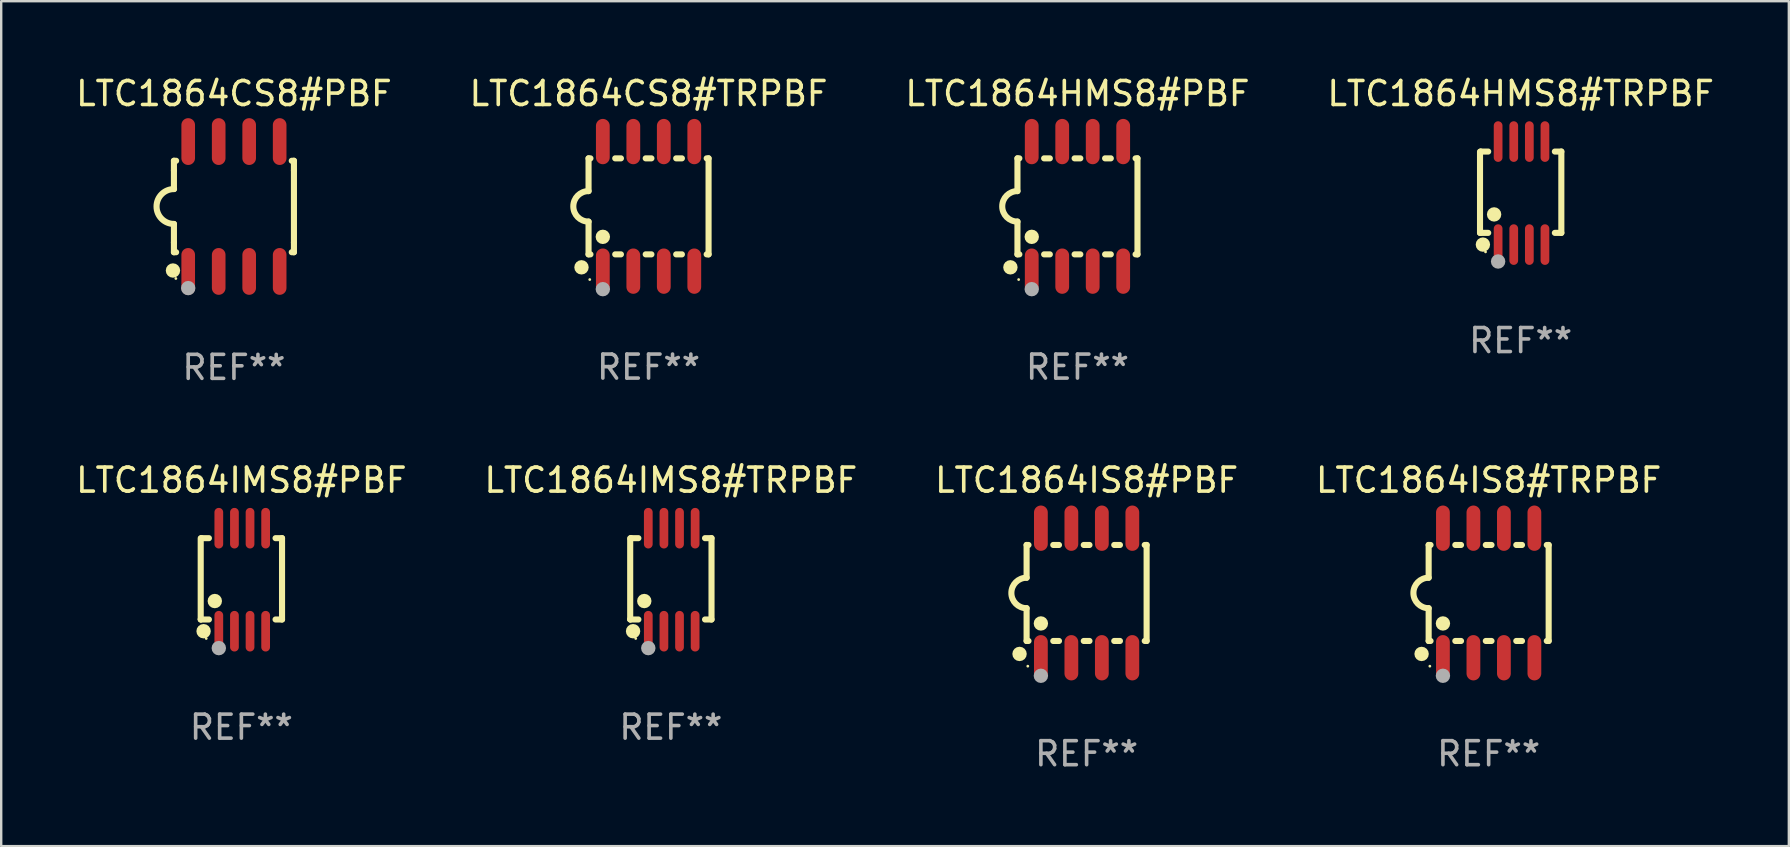
<source format=kicad_pcb>
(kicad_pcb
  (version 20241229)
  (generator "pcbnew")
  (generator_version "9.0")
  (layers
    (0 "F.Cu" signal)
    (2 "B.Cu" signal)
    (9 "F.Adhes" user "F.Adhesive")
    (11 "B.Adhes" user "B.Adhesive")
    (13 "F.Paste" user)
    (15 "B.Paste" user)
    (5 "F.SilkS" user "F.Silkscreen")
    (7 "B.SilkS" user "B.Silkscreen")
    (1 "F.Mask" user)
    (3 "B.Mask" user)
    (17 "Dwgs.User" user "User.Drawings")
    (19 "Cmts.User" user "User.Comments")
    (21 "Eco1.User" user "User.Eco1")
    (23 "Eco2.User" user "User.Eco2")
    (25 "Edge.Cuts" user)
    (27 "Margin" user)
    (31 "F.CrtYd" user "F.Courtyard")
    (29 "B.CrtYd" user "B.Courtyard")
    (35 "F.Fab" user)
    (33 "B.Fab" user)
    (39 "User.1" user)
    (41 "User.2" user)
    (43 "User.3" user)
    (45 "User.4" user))
  (footprint "LTC1864IS8#PBF"
    (layer "F.Cu")
    (at 42.22 21.654)
    (property "Reference" "LTC1864IS8#PBF" (at 0 -4.699 0) (layer "F.SilkS") (effects (font (size 1 1) (thickness 0.15))))
    (attr through_hole)
    (fp_line (start -2.5 -2) (end -2.5 -0.635) (stroke (width 0.254) (type solid)) (layer "F.SilkS"))
    (fp_line (start -2.5 -2) (end -2.421 -2) (stroke (width 0.254) (type solid)) (layer "F.SilkS"))
    (fp_line (start -2.5 2) (end -2.5 0.635) (stroke (width 0.254) (type solid)) (layer "F.SilkS"))
    (fp_line (start -2.5 2) (end -2.421 2) (stroke (width 0.254) (type solid)) (layer "F.SilkS"))
    (fp_line (start -1.389 -2) (end -1.151 -2) (stroke (width 0.254) (type solid)) (layer "F.SilkS"))
    (fp_line (start -1.389 2) (end -1.151 2) (stroke (width 0.254) (type solid)) (layer "F.SilkS"))
    (fp_line (start -0.119 -2) (end 0.119 -2) (stroke (width 0.254) (type solid)) (layer "F.SilkS"))
    (fp_line (start -0.119 2) (end 0.119 2) (stroke (width 0.254) (type solid)) (layer "F.SilkS"))
    (fp_line (start 1.151 -2) (end 1.389 -2) (stroke (width 0.254) (type solid)) (layer "F.SilkS"))
    (fp_line (start 1.151 2) (end 1.389 2) (stroke (width 0.254) (type solid)) (layer "F.SilkS"))
    (fp_line (start 2.421 -2) (end 2.5 -2) (stroke (width 0.254) (type solid)) (layer "F.SilkS"))
    (fp_line (start 2.421 2) (end 2.5 2) (stroke (width 0.254) (type solid)) (layer "F.SilkS"))
    (fp_line (start 2.5 -2) (end 2.5 2) (stroke (width 0.254) (type solid)) (layer "F.SilkS"))
    (fp_arc (start -2.5 0.635001) (mid -3.134366 -0.000318) (end -2.499365 -0.635001) (stroke (width 0.254001) (type solid)) (layer "F.SilkS"))
    (fp_circle (center -2.794 2.54) (end -2.644 2.54) (stroke (width 0.3) (type solid)) (fill no) (layer "F.SilkS"))
    (fp_circle (center -2.45 3.05) (end -2.42 3.05) (stroke (width 0.06) (type solid)) (fill no) (layer "F.SilkS"))
    (fp_circle (center -1.905 1.27) (end -1.755 1.27) (stroke (width 0.3) (type solid)) (fill no) (layer "F.SilkS"))
    (fp_circle (center -1.905 3.45) (end -1.755 3.45) (stroke (width 0.3) (type solid)) (fill no) (layer "F.Fab"))
    (fp_text user "REF**" (at 0 6.699 0) (layer "F.Fab") (effects (font (size 1 1) (thickness 0.15))))
    (pad "1" smd oval (at -1.905 2.699) (size 0.574 1.888) (layers "F.Cu" "F.Mask" "F.Paste"))
    (pad "2" smd oval (at -0.635 2.699) (size 0.574 1.888) (layers "F.Cu" "F.Mask" "F.Paste"))
    (pad "3" smd oval (at 0.635 2.699) (size 0.574 1.888) (layers "F.Cu" "F.Mask" "F.Paste"))
    (pad "4" smd oval (at 1.905 2.699) (size 0.574 1.888) (layers "F.Cu" "F.Mask" "F.Paste"))
    (pad "5" smd oval (at 1.905 -2.699) (size 0.574 1.888) (layers "F.Cu" "F.Mask" "F.Paste"))
    (pad "6" smd oval (at 0.635 -2.699) (size 0.574 1.888) (layers "F.Cu" "F.Mask" "F.Paste"))
    (pad "7" smd oval (at -0.635 -2.699) (size 0.574 1.888) (layers "F.Cu" "F.Mask" "F.Paste"))
    (pad "8" smd oval (at -1.905 -2.699) (size 0.574 1.888) (layers "F.Cu" "F.Mask" "F.Paste")))
  (footprint "LTC1864IMS8#TRPBF"
    (layer "F.Cu")
    (at 24.899 21.101)
    (property "Reference" "LTC1864IMS8#TRPBF" (at 0 -4.146 0) (layer "F.SilkS") (effects (font (size 1 1) (thickness 0.15))))
    (attr through_hole)
    (fp_line (start -1.694 -1.724) (end -1.694 1.652) (stroke (width 0.254) (type solid)) (layer "F.SilkS"))
    (fp_line (start -1.694 1.652) (end -1.688 1.658) (stroke (width 0.254) (type solid)) (layer "F.SilkS"))
    (fp_line (start -1.688 1.658) (end -1.353 1.658) (stroke (width 0.254) (type solid)) (layer "F.SilkS"))
    (fp_line (start -1.661 -1.73) (end -1.681 -1.71) (stroke (width 0.254) (type solid)) (layer "F.SilkS"))
    (fp_line (start -1.353 -1.73) (end -1.661 -1.73) (stroke (width 0.254) (type solid)) (layer "F.SilkS"))
    (fp_line (start 1.424 1.658) (end 1.694 1.658) (stroke (width 0.254) (type solid)) (layer "F.SilkS"))
    (fp_line (start 1.694 -1.73) (end 1.424 -1.73) (stroke (width 0.254) (type solid)) (layer "F.SilkS"))
    (fp_line (start 1.694 1.658) (end 1.694 -1.73) (stroke (width 0.254) (type solid)) (layer "F.SilkS"))
    (fp_circle (center -1.574 2.146) (end -1.424 2.146) (stroke (width 0.3) (type solid)) (fill no) (layer "F.SilkS"))
    (fp_circle (center -1.464 2.45) (end -1.434 2.45) (stroke (width 0.06) (type solid)) (fill no) (layer "F.SilkS"))
    (fp_circle (center -1.107 0.889) (end -0.957 0.889) (stroke (width 0.3) (type solid)) (fill no) (layer "F.SilkS"))
    (fp_circle (center -0.94 2.85) (end -0.789 2.85) (stroke (width 0.3) (type solid)) (fill no) (layer "F.Fab"))
    (fp_text user "REF**" (at 0 6.146 0) (layer "F.Fab") (effects (font (size 1 1) (thickness 0.15))))
    (pad "1" smd oval (at -0.94 2.146) (size 0.364 1.692) (layers "F.Cu" "F.Mask" "F.Paste"))
    (pad "2" smd oval (at -0.289 2.146) (size 0.364 1.692) (layers "F.Cu" "F.Mask" "F.Paste"))
    (pad "3" smd oval (at 0.361 2.146) (size 0.364 1.692) (layers "F.Cu" "F.Mask" "F.Paste"))
    (pad "4" smd oval (at 1.011 2.146) (size 0.364 1.692) (layers "F.Cu" "F.Mask" "F.Paste"))
    (pad "5" smd oval (at 1.011 -2.146) (size 0.364 1.692) (layers "F.Cu" "F.Mask" "F.Paste"))
    (pad "6" smd oval (at 0.361 -2.146) (size 0.364 1.692) (layers "F.Cu" "F.Mask" "F.Paste"))
    (pad "7" smd oval (at -0.289 -2.146) (size 0.364 1.692) (layers "F.Cu" "F.Mask" "F.Paste"))
    (pad "8" smd oval (at -0.94 -2.146) (size 0.364 1.692) (layers "F.Cu" "F.Mask" "F.Paste")))
  (footprint "LTC1864CS8#PBF"
    (layer "F.Cu")
    (at 6.696 5.553)
    (property "Reference" "LTC1864CS8#PBF" (at 0 -4.705 0) (layer "F.SilkS") (effects (font (size 1 1) (thickness 0.15))))
    (attr through_hole)
    (fp_line (start -2.5 -1.905) (end -2.409 -1.905) (stroke (width 0.254) (type solid)) (layer "F.SilkS"))
    (fp_line (start -2.5 -1.5) (end -2.5 -1.905) (stroke (width 0.254) (type solid)) (layer "F.SilkS"))
    (fp_line (start -2.5 -1.5) (end -2.5 -0.726) (stroke (width 0.254) (type solid)) (layer "F.SilkS"))
    (fp_line (start -2.5 1.5) (end -2.5 0.727) (stroke (width 0.254) (type solid)) (layer "F.SilkS"))
    (fp_line (start -2.5 1.5) (end -2.5 1.905) (stroke (width 0.254) (type solid)) (layer "F.SilkS"))
    (fp_line (start -2.5 1.905) (end -2.409 1.905) (stroke (width 0.254) (type solid)) (layer "F.SilkS"))
    (fp_line (start 2.5 -1.905) (end 2.409 -1.905) (stroke (width 0.254) (type solid)) (layer "F.SilkS"))
    (fp_line (start 2.5 -1.5) (end 2.5 -1.905) (stroke (width 0.254) (type solid)) (layer "F.SilkS"))
    (fp_line (start 2.5 -1.5) (end 2.5 1.5) (stroke (width 0.254) (type solid)) (layer "F.SilkS"))
    (fp_line (start 2.5 1.5) (end 2.5 1.905) (stroke (width 0.254) (type solid)) (layer "F.SilkS"))
    (fp_line (start 2.5 1.905) (end 2.409 1.905) (stroke (width 0.254) (type solid)) (layer "F.SilkS"))
    (fp_arc (start -2.5 0.726568) (mid -3.220316 -0.0023) (end -2.495097 -0.726289) (stroke (width 0.254001) (type solid)) (layer "F.SilkS"))
    (fp_circle (center -2.54 2.667) (end -2.39 2.667) (stroke (width 0.3) (type solid)) (fill no) (layer "F.SilkS"))
    (fp_circle (center -2.42 3) (end -2.39 3) (stroke (width 0.06) (type solid)) (fill no) (layer "F.SilkS"))
    (fp_circle (center -1.905 3.4) (end -1.755 3.4) (stroke (width 0.3) (type solid)) (fill no) (layer "F.Fab"))
    (fp_text user "REF**" (at 0 6.705 0) (layer "F.Fab") (effects (font (size 1 1) (thickness 0.15))))
    (pad "1" smd oval (at -1.905 2.705) (size 0.568 1.95) (layers "F.Cu" "F.Mask" "F.Paste"))
    (pad "2" smd oval (at -0.635 2.705) (size 0.568 1.95) (layers "F.Cu" "F.Mask" "F.Paste"))
    (pad "3" smd oval (at 0.635 2.705) (size 0.568 1.95) (layers "F.Cu" "F.Mask" "F.Paste"))
    (pad "4" smd oval (at 1.905 2.705) (size 0.568 1.95) (layers "F.Cu" "F.Mask" "F.Paste"))
    (pad "5" smd oval (at 1.905 -2.705) (size 0.568 1.95) (layers "F.Cu" "F.Mask" "F.Paste"))
    (pad "6" smd oval (at 0.635 -2.705) (size 0.568 1.95) (layers "F.Cu" "F.Mask" "F.Paste"))
    (pad "7" smd oval (at -0.635 -2.705) (size 0.568 1.95) (layers "F.Cu" "F.Mask" "F.Paste"))
    (pad "8" smd oval (at -1.905 -2.705) (size 0.568 1.95) (layers "F.Cu" "F.Mask" "F.Paste")))
  (footprint "LTC1864HMS8#PBF"
    (layer "F.Cu")
    (at 41.839 5.547)
    (property "Reference" "LTC1864HMS8#PBF" (at 0 -4.699 0) (layer "F.SilkS") (effects (font (size 1 1) (thickness 0.15))))
    (attr through_hole)
    (fp_line (start -2.5 -2) (end -2.5 -0.635) (stroke (width 0.254) (type solid)) (layer "F.SilkS"))
    (fp_line (start -2.5 -2) (end -2.421 -2) (stroke (width 0.254) (type solid)) (layer "F.SilkS"))
    (fp_line (start -2.5 2) (end -2.5 0.635) (stroke (width 0.254) (type solid)) (layer "F.SilkS"))
    (fp_line (start -2.5 2) (end -2.421 2) (stroke (width 0.254) (type solid)) (layer "F.SilkS"))
    (fp_line (start -1.389 -2) (end -1.151 -2) (stroke (width 0.254) (type solid)) (layer "F.SilkS"))
    (fp_line (start -1.389 2) (end -1.151 2) (stroke (width 0.254) (type solid)) (layer "F.SilkS"))
    (fp_line (start -0.119 -2) (end 0.119 -2) (stroke (width 0.254) (type solid)) (layer "F.SilkS"))
    (fp_line (start -0.119 2) (end 0.119 2) (stroke (width 0.254) (type solid)) (layer "F.SilkS"))
    (fp_line (start 1.151 -2) (end 1.389 -2) (stroke (width 0.254) (type solid)) (layer "F.SilkS"))
    (fp_line (start 1.151 2) (end 1.389 2) (stroke (width 0.254) (type solid)) (layer "F.SilkS"))
    (fp_line (start 2.421 -2) (end 2.5 -2) (stroke (width 0.254) (type solid)) (layer "F.SilkS"))
    (fp_line (start 2.421 2) (end 2.5 2) (stroke (width 0.254) (type solid)) (layer "F.SilkS"))
    (fp_line (start 2.5 -2) (end 2.5 2) (stroke (width 0.254) (type solid)) (layer "F.SilkS"))
    (fp_arc (start -2.5 0.635001) (mid -3.134366 -0.000318) (end -2.499365 -0.635001) (stroke (width 0.254001) (type solid)) (layer "F.SilkS"))
    (fp_circle (center -2.794 2.54) (end -2.644 2.54) (stroke (width 0.3) (type solid)) (fill no) (layer "F.SilkS"))
    (fp_circle (center -2.45 3.05) (end -2.42 3.05) (stroke (width 0.06) (type solid)) (fill no) (layer "F.SilkS"))
    (fp_circle (center -1.905 1.27) (end -1.755 1.27) (stroke (width 0.3) (type solid)) (fill no) (layer "F.SilkS"))
    (fp_circle (center -1.905 3.45) (end -1.755 3.45) (stroke (width 0.3) (type solid)) (fill no) (layer "F.Fab"))
    (fp_text user "REF**" (at 0 6.699 0) (layer "F.Fab") (effects (font (size 1 1) (thickness 0.15))))
    (pad "1" smd oval (at -1.905 2.699) (size 0.574 1.888) (layers "F.Cu" "F.Mask" "F.Paste"))
    (pad "2" smd oval (at -0.635 2.699) (size 0.574 1.888) (layers "F.Cu" "F.Mask" "F.Paste"))
    (pad "3" smd oval (at 0.635 2.699) (size 0.574 1.888) (layers "F.Cu" "F.Mask" "F.Paste"))
    (pad "4" smd oval (at 1.905 2.699) (size 0.574 1.888) (layers "F.Cu" "F.Mask" "F.Paste"))
    (pad "5" smd oval (at 1.905 -2.699) (size 0.574 1.888) (layers "F.Cu" "F.Mask" "F.Paste"))
    (pad "6" smd oval (at 0.635 -2.699) (size 0.574 1.888) (layers "F.Cu" "F.Mask" "F.Paste"))
    (pad "7" smd oval (at -0.635 -2.699) (size 0.574 1.888) (layers "F.Cu" "F.Mask" "F.Paste"))
    (pad "8" smd oval (at -1.905 -2.699) (size 0.574 1.888) (layers "F.Cu" "F.Mask" "F.Paste")))
  (footprint "LTC1864HMS8#TRPBF"
    (layer "F.Cu")
    (at 60.304 4.994)
    (property "Reference" "LTC1864HMS8#TRPBF" (at 0 -4.146 0) (layer "F.SilkS") (effects (font (size 1 1) (thickness 0.15))))
    (attr through_hole)
    (fp_line (start -1.694 -1.724) (end -1.694 1.652) (stroke (width 0.254) (type solid)) (layer "F.SilkS"))
    (fp_line (start -1.694 1.652) (end -1.688 1.658) (stroke (width 0.254) (type solid)) (layer "F.SilkS"))
    (fp_line (start -1.688 1.658) (end -1.353 1.658) (stroke (width 0.254) (type solid)) (layer "F.SilkS"))
    (fp_line (start -1.661 -1.73) (end -1.681 -1.71) (stroke (width 0.254) (type solid)) (layer "F.SilkS"))
    (fp_line (start -1.353 -1.73) (end -1.661 -1.73) (stroke (width 0.254) (type solid)) (layer "F.SilkS"))
    (fp_line (start 1.424 1.658) (end 1.694 1.658) (stroke (width 0.254) (type solid)) (layer "F.SilkS"))
    (fp_line (start 1.694 -1.73) (end 1.424 -1.73) (stroke (width 0.254) (type solid)) (layer "F.SilkS"))
    (fp_line (start 1.694 1.658) (end 1.694 -1.73) (stroke (width 0.254) (type solid)) (layer "F.SilkS"))
    (fp_circle (center -1.574 2.146) (end -1.424 2.146) (stroke (width 0.3) (type solid)) (fill no) (layer "F.SilkS"))
    (fp_circle (center -1.464 2.45) (end -1.434 2.45) (stroke (width 0.06) (type solid)) (fill no) (layer "F.SilkS"))
    (fp_circle (center -1.107 0.889) (end -0.957 0.889) (stroke (width 0.3) (type solid)) (fill no) (layer "F.SilkS"))
    (fp_circle (center -0.94 2.85) (end -0.789 2.85) (stroke (width 0.3) (type solid)) (fill no) (layer "F.Fab"))
    (fp_text user "REF**" (at 0 6.146 0) (layer "F.Fab") (effects (font (size 1 1) (thickness 0.15))))
    (pad "1" smd oval (at -0.94 2.146) (size 0.364 1.692) (layers "F.Cu" "F.Mask" "F.Paste"))
    (pad "2" smd oval (at -0.289 2.146) (size 0.364 1.692) (layers "F.Cu" "F.Mask" "F.Paste"))
    (pad "3" smd oval (at 0.361 2.146) (size 0.364 1.692) (layers "F.Cu" "F.Mask" "F.Paste"))
    (pad "4" smd oval (at 1.011 2.146) (size 0.364 1.692) (layers "F.Cu" "F.Mask" "F.Paste"))
    (pad "5" smd oval (at 1.011 -2.146) (size 0.364 1.692) (layers "F.Cu" "F.Mask" "F.Paste"))
    (pad "6" smd oval (at 0.361 -2.146) (size 0.364 1.692) (layers "F.Cu" "F.Mask" "F.Paste"))
    (pad "7" smd oval (at -0.289 -2.146) (size 0.364 1.692) (layers "F.Cu" "F.Mask" "F.Paste"))
    (pad "8" smd oval (at -0.94 -2.146) (size 0.364 1.692) (layers "F.Cu" "F.Mask" "F.Paste")))
  (footprint "LTC1864IS8#TRPBF"
    (layer "F.Cu")
    (at 58.97 21.654)
    (property "Reference" "LTC1864IS8#TRPBF" (at 0 -4.699 0) (layer "F.SilkS") (effects (font (size 1 1) (thickness 0.15))))
    (attr through_hole)
    (fp_line (start -2.5 -2) (end -2.5 -0.635) (stroke (width 0.254) (type solid)) (layer "F.SilkS"))
    (fp_line (start -2.5 -2) (end -2.421 -2) (stroke (width 0.254) (type solid)) (layer "F.SilkS"))
    (fp_line (start -2.5 2) (end -2.5 0.635) (stroke (width 0.254) (type solid)) (layer "F.SilkS"))
    (fp_line (start -2.5 2) (end -2.421 2) (stroke (width 0.254) (type solid)) (layer "F.SilkS"))
    (fp_line (start -1.389 -2) (end -1.151 -2) (stroke (width 0.254) (type solid)) (layer "F.SilkS"))
    (fp_line (start -1.389 2) (end -1.151 2) (stroke (width 0.254) (type solid)) (layer "F.SilkS"))
    (fp_line (start -0.119 -2) (end 0.119 -2) (stroke (width 0.254) (type solid)) (layer "F.SilkS"))
    (fp_line (start -0.119 2) (end 0.119 2) (stroke (width 0.254) (type solid)) (layer "F.SilkS"))
    (fp_line (start 1.151 -2) (end 1.389 -2) (stroke (width 0.254) (type solid)) (layer "F.SilkS"))
    (fp_line (start 1.151 2) (end 1.389 2) (stroke (width 0.254) (type solid)) (layer "F.SilkS"))
    (fp_line (start 2.421 -2) (end 2.5 -2) (stroke (width 0.254) (type solid)) (layer "F.SilkS"))
    (fp_line (start 2.421 2) (end 2.5 2) (stroke (width 0.254) (type solid)) (layer "F.SilkS"))
    (fp_line (start 2.5 -2) (end 2.5 2) (stroke (width 0.254) (type solid)) (layer "F.SilkS"))
    (fp_arc (start -2.5 0.635001) (mid -3.134366 -0.000318) (end -2.499365 -0.635001) (stroke (width 0.254001) (type solid)) (layer "F.SilkS"))
    (fp_circle (center -2.794 2.54) (end -2.644 2.54) (stroke (width 0.3) (type solid)) (fill no) (layer "F.SilkS"))
    (fp_circle (center -2.45 3.05) (end -2.42 3.05) (stroke (width 0.06) (type solid)) (fill no) (layer "F.SilkS"))
    (fp_circle (center -1.905 1.27) (end -1.755 1.27) (stroke (width 0.3) (type solid)) (fill no) (layer "F.SilkS"))
    (fp_circle (center -1.905 3.45) (end -1.755 3.45) (stroke (width 0.3) (type solid)) (fill no) (layer "F.Fab"))
    (fp_text user "REF**" (at 0 6.699 0) (layer "F.Fab") (effects (font (size 1 1) (thickness 0.15))))
    (pad "1" smd oval (at -1.905 2.699) (size 0.574 1.888) (layers "F.Cu" "F.Mask" "F.Paste"))
    (pad "2" smd oval (at -0.635 2.699) (size 0.574 1.888) (layers "F.Cu" "F.Mask" "F.Paste"))
    (pad "3" smd oval (at 0.635 2.699) (size 0.574 1.888) (layers "F.Cu" "F.Mask" "F.Paste"))
    (pad "4" smd oval (at 1.905 2.699) (size 0.574 1.888) (layers "F.Cu" "F.Mask" "F.Paste"))
    (pad "5" smd oval (at 1.905 -2.699) (size 0.574 1.888) (layers "F.Cu" "F.Mask" "F.Paste"))
    (pad "6" smd oval (at 0.635 -2.699) (size 0.574 1.888) (layers "F.Cu" "F.Mask" "F.Paste"))
    (pad "7" smd oval (at -0.635 -2.699) (size 0.574 1.888) (layers "F.Cu" "F.Mask" "F.Paste"))
    (pad "8" smd oval (at -1.905 -2.699) (size 0.574 1.888) (layers "F.Cu" "F.Mask" "F.Paste")))
  (footprint "LTC1864IMS8#PBF"
    (layer "F.Cu")
    (at 7.006 21.101)
    (property "Reference" "LTC1864IMS8#PBF" (at 0 -4.146 0) (layer "F.SilkS") (effects (font (size 1 1) (thickness 0.15))))
    (attr through_hole)
    (fp_line (start -1.694 -1.724) (end -1.694 1.652) (stroke (width 0.254) (type solid)) (layer "F.SilkS"))
    (fp_line (start -1.694 1.652) (end -1.688 1.658) (stroke (width 0.254) (type solid)) (layer "F.SilkS"))
    (fp_line (start -1.688 1.658) (end -1.353 1.658) (stroke (width 0.254) (type solid)) (layer "F.SilkS"))
    (fp_line (start -1.661 -1.73) (end -1.681 -1.71) (stroke (width 0.254) (type solid)) (layer "F.SilkS"))
    (fp_line (start -1.353 -1.73) (end -1.661 -1.73) (stroke (width 0.254) (type solid)) (layer "F.SilkS"))
    (fp_line (start 1.424 1.658) (end 1.694 1.658) (stroke (width 0.254) (type solid)) (layer "F.SilkS"))
    (fp_line (start 1.694 -1.73) (end 1.424 -1.73) (stroke (width 0.254) (type solid)) (layer "F.SilkS"))
    (fp_line (start 1.694 1.658) (end 1.694 -1.73) (stroke (width 0.254) (type solid)) (layer "F.SilkS"))
    (fp_circle (center -1.574 2.146) (end -1.424 2.146) (stroke (width 0.3) (type solid)) (fill no) (layer "F.SilkS"))
    (fp_circle (center -1.464 2.45) (end -1.434 2.45) (stroke (width 0.06) (type solid)) (fill no) (layer "F.SilkS"))
    (fp_circle (center -1.107 0.889) (end -0.957 0.889) (stroke (width 0.3) (type solid)) (fill no) (layer "F.SilkS"))
    (fp_circle (center -0.94 2.85) (end -0.789 2.85) (stroke (width 0.3) (type solid)) (fill no) (layer "F.Fab"))
    (fp_text user "REF**" (at 0 6.146 0) (layer "F.Fab") (effects (font (size 1 1) (thickness 0.15))))
    (pad "1" smd oval (at -0.94 2.146) (size 0.364 1.692) (layers "F.Cu" "F.Mask" "F.Paste"))
    (pad "2" smd oval (at -0.289 2.146) (size 0.364 1.692) (layers "F.Cu" "F.Mask" "F.Paste"))
    (pad "3" smd oval (at 0.361 2.146) (size 0.364 1.692) (layers "F.Cu" "F.Mask" "F.Paste"))
    (pad "4" smd oval (at 1.011 2.146) (size 0.364 1.692) (layers "F.Cu" "F.Mask" "F.Paste"))
    (pad "5" smd oval (at 1.011 -2.146) (size 0.364 1.692) (layers "F.Cu" "F.Mask" "F.Paste"))
    (pad "6" smd oval (at 0.361 -2.146) (size 0.364 1.692) (layers "F.Cu" "F.Mask" "F.Paste"))
    (pad "7" smd oval (at -0.289 -2.146) (size 0.364 1.692) (layers "F.Cu" "F.Mask" "F.Paste"))
    (pad "8" smd oval (at -0.94 -2.146) (size 0.364 1.692) (layers "F.Cu" "F.Mask" "F.Paste")))
  (footprint "LTC1864CS8#TRPBF"
    (layer "F.Cu")
    (at 23.97 5.547)
    (property "Reference" "LTC1864CS8#TRPBF" (at 0 -4.699 0) (layer "F.SilkS") (effects (font (size 1 1) (thickness 0.15))))
    (attr through_hole)
    (fp_line (start -2.5 -2) (end -2.5 -0.635) (stroke (width 0.254) (type solid)) (layer "F.SilkS"))
    (fp_line (start -2.5 -2) (end -2.421 -2) (stroke (width 0.254) (type solid)) (layer "F.SilkS"))
    (fp_line (start -2.5 2) (end -2.5 0.635) (stroke (width 0.254) (type solid)) (layer "F.SilkS"))
    (fp_line (start -2.5 2) (end -2.421 2) (stroke (width 0.254) (type solid)) (layer "F.SilkS"))
    (fp_line (start -1.389 -2) (end -1.151 -2) (stroke (width 0.254) (type solid)) (layer "F.SilkS"))
    (fp_line (start -1.389 2) (end -1.151 2) (stroke (width 0.254) (type solid)) (layer "F.SilkS"))
    (fp_line (start -0.119 -2) (end 0.119 -2) (stroke (width 0.254) (type solid)) (layer "F.SilkS"))
    (fp_line (start -0.119 2) (end 0.119 2) (stroke (width 0.254) (type solid)) (layer "F.SilkS"))
    (fp_line (start 1.151 -2) (end 1.389 -2) (stroke (width 0.254) (type solid)) (layer "F.SilkS"))
    (fp_line (start 1.151 2) (end 1.389 2) (stroke (width 0.254) (type solid)) (layer "F.SilkS"))
    (fp_line (start 2.421 -2) (end 2.5 -2) (stroke (width 0.254) (type solid)) (layer "F.SilkS"))
    (fp_line (start 2.421 2) (end 2.5 2) (stroke (width 0.254) (type solid)) (layer "F.SilkS"))
    (fp_line (start 2.5 -2) (end 2.5 2) (stroke (width 0.254) (type solid)) (layer "F.SilkS"))
    (fp_arc (start -2.5 0.635001) (mid -3.134366 -0.000318) (end -2.499365 -0.635001) (stroke (width 0.254001) (type solid)) (layer "F.SilkS"))
    (fp_circle (center -2.794 2.54) (end -2.644 2.54) (stroke (width 0.3) (type solid)) (fill no) (layer "F.SilkS"))
    (fp_circle (center -2.45 3.05) (end -2.42 3.05) (stroke (width 0.06) (type solid)) (fill no) (layer "F.SilkS"))
    (fp_circle (center -1.905 1.27) (end -1.755 1.27) (stroke (width 0.3) (type solid)) (fill no) (layer "F.SilkS"))
    (fp_circle (center -1.905 3.45) (end -1.755 3.45) (stroke (width 0.3) (type solid)) (fill no) (layer "F.Fab"))
    (fp_text user "REF**" (at 0 6.699 0) (layer "F.Fab") (effects (font (size 1 1) (thickness 0.15))))
    (pad "1" smd oval (at -1.905 2.699) (size 0.574 1.888) (layers "F.Cu" "F.Mask" "F.Paste"))
    (pad "2" smd oval (at -0.635 2.699) (size 0.574 1.888) (layers "F.Cu" "F.Mask" "F.Paste"))
    (pad "3" smd oval (at 0.635 2.699) (size 0.574 1.888) (layers "F.Cu" "F.Mask" "F.Paste"))
    (pad "4" smd oval (at 1.905 2.699) (size 0.574 1.888) (layers "F.Cu" "F.Mask" "F.Paste"))
    (pad "5" smd oval (at 1.905 -2.699) (size 0.574 1.888) (layers "F.Cu" "F.Mask" "F.Paste"))
    (pad "6" smd oval (at 0.635 -2.699) (size 0.574 1.888) (layers "F.Cu" "F.Mask" "F.Paste"))
    (pad "7" smd oval (at -0.635 -2.699) (size 0.574 1.888) (layers "F.Cu" "F.Mask" "F.Paste"))
    (pad "8" smd oval (at -1.905 -2.699) (size 0.574 1.888) (layers "F.Cu" "F.Mask" "F.Paste")))
  (gr_rect
    (start -3 -3)
    (end 71.476 32.201)
    (stroke (width 0.1) (type default))
    (fill no)
    (layer "Edge.Cuts")))
</source>
